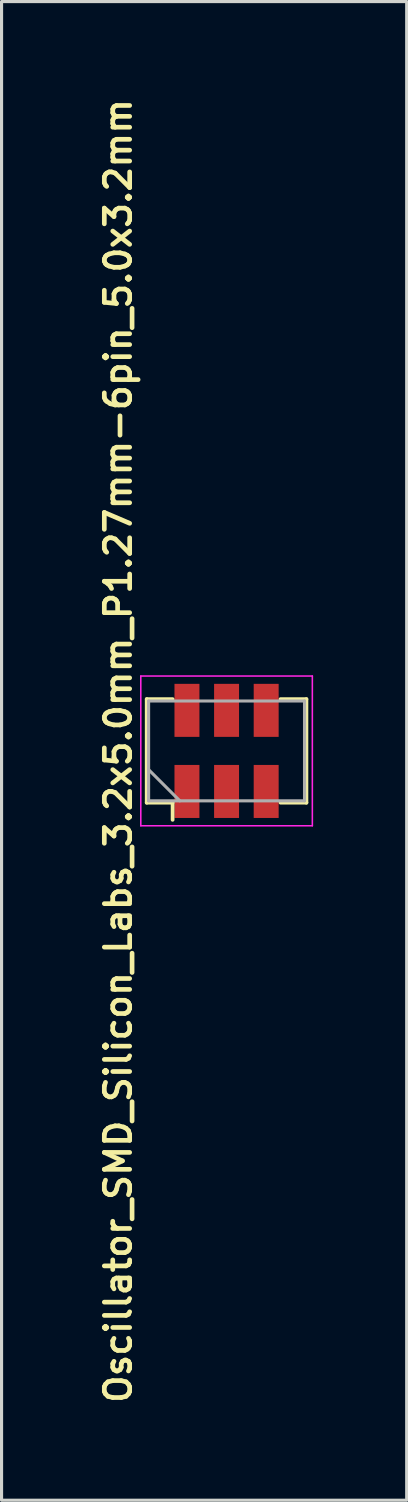
<source format=kicad_pcb>
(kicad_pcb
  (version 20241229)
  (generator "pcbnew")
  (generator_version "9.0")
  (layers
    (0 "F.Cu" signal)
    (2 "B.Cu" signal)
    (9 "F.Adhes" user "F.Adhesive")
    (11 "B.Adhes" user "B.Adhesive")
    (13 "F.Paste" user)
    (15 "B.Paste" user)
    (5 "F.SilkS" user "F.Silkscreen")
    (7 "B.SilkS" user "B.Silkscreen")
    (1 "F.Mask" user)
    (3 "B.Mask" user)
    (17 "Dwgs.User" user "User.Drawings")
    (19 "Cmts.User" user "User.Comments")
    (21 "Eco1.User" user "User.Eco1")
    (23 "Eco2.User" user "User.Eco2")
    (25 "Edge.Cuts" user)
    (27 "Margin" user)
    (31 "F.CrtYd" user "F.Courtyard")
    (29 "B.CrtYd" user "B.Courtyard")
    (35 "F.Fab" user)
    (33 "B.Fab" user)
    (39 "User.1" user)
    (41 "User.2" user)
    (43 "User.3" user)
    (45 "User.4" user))
  (footprint "Oscillator_SMD_Silicon_Labs_3.2x5.0mm_P1.27mm-6pin_5.0x3.2mm"
    (layer "F.Cu")
    (at 4.214 21.025)
    (property "Reference" "Oscillator_SMD_Silicon_Labs_3.2x5.0mm_P1.27mm-6pin_5.0x3.2mm" (at -3.475 0 270) (layer "F.SilkS") (effects (font (size 0.813 0.813) (thickness 0.15))))
    (attr smd)
    (fp_line (start -2.56 -1.66) (end -1.73 -1.66) (stroke (width 0.12) (type solid)) (layer "F.SilkS"))
    (fp_line (start -2.56 1.66) (end -2.56 -1.66) (stroke (width 0.12) (type solid)) (layer "F.SilkS"))
    (fp_line (start -1.73 1.66) (end -2.56 1.66) (stroke (width 0.12) (type solid)) (layer "F.SilkS"))
    (fp_line (start -1.73 2.21) (end -1.73 1.66) (stroke (width 0.12) (type solid)) (layer "F.SilkS"))
    (fp_line (start 1.73 -1.66) (end 2.56 -1.66) (stroke (width 0.12) (type solid)) (layer "F.SilkS"))
    (fp_line (start 2.56 -1.66) (end 2.56 1.66) (stroke (width 0.12) (type solid)) (layer "F.SilkS"))
    (fp_line (start 2.56 1.66) (end 1.73 1.66) (stroke (width 0.12) (type solid)) (layer "F.SilkS"))
    (fp_line (start -2.75 -2.4) (end -2.75 2.4) (stroke (width 0.05) (type solid)) (layer "F.CrtYd"))
    (fp_line (start -2.75 2.4) (end 2.75 2.4) (stroke (width 0.05) (type solid)) (layer "F.CrtYd"))
    (fp_line (start 2.75 -2.4) (end -2.75 -2.4) (stroke (width 0.05) (type solid)) (layer "F.CrtYd"))
    (fp_line (start 2.75 2.4) (end 2.75 -2.4) (stroke (width 0.05) (type solid)) (layer "F.CrtYd"))
    (fp_line (start -2.5 -1.6) (end -2.5 1.6) (stroke (width 0.1) (type solid)) (layer "F.Fab"))
    (fp_line (start -2.5 0.6) (end -1.5 1.6) (stroke (width 0.1) (type solid)) (layer "F.Fab"))
    (fp_line (start -2.5 1.6) (end 2.5 1.6) (stroke (width 0.1) (type solid)) (layer "F.Fab"))
    (fp_line (start 2.5 -1.6) (end -2.5 -1.6) (stroke (width 0.1) (type solid)) (layer "F.Fab"))
    (fp_line (start 2.5 1.6) (end 2.5 -1.6) (stroke (width 0.1) (type solid)) (layer "F.Fab"))
    (pad "1" smd rect (at -1.27 1.3) (size 0.8 1.7) (layers "F.Cu" "F.Mask" "F.Paste"))
    (pad "2" smd rect (at 0 1.3) (size 0.8 1.7) (layers "F.Cu" "F.Mask" "F.Paste"))
    (pad "3" smd rect (at 1.27 1.3) (size 0.8 1.7) (layers "F.Cu" "F.Mask" "F.Paste"))
    (pad "4" smd rect (at 1.27 -1.3) (size 0.8 1.7) (layers "F.Cu" "F.Mask" "F.Paste"))
    (pad "5" smd rect (at 0 -1.3) (size 0.8 1.7) (layers "F.Cu" "F.Mask" "F.Paste"))
    (pad "6" smd rect (at -1.27 -1.3) (size 0.8 1.7) (layers "F.Cu" "F.Mask" "F.Paste")))
  (gr_rect
    (start -3 -3)
    (end 9.989 45.05)
    (stroke (width 0.1) (type default))
    (fill no)
    (layer "Edge.Cuts")))
</source>
